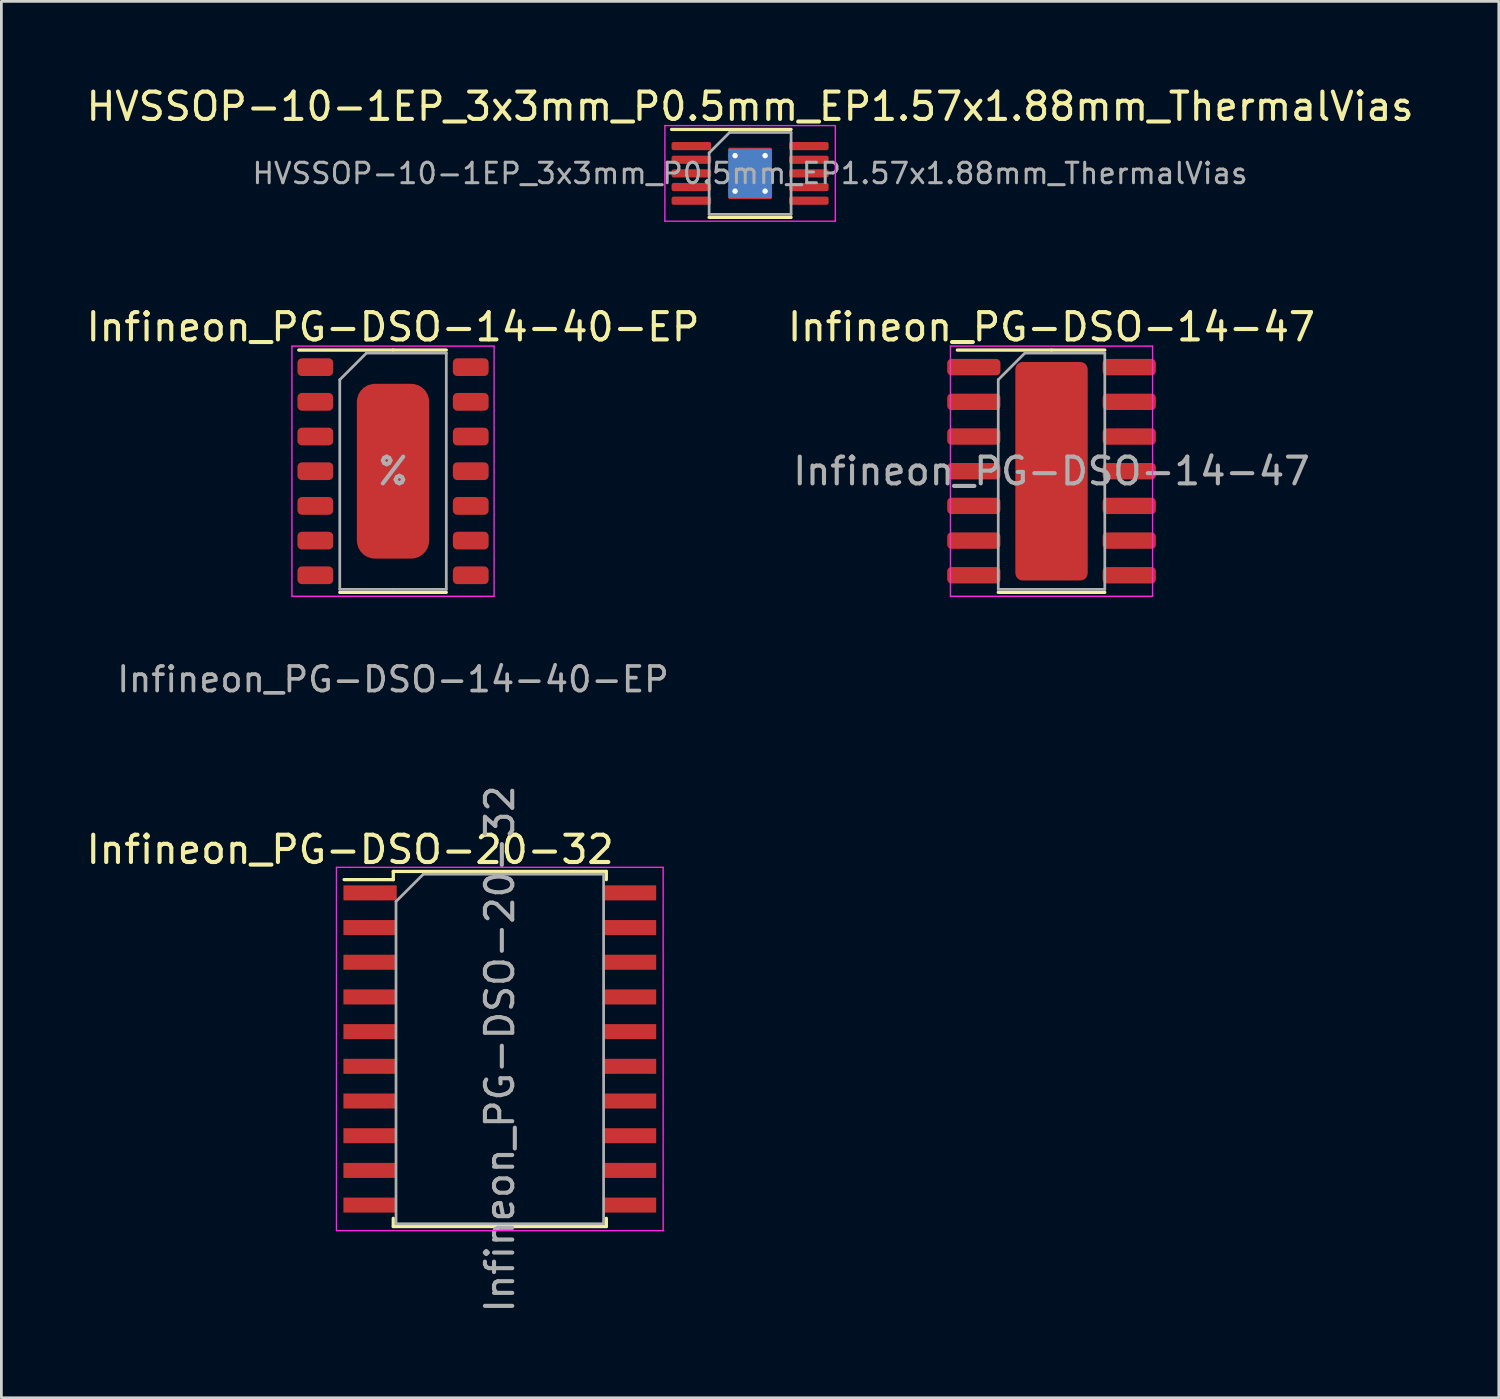
<source format=kicad_pcb>
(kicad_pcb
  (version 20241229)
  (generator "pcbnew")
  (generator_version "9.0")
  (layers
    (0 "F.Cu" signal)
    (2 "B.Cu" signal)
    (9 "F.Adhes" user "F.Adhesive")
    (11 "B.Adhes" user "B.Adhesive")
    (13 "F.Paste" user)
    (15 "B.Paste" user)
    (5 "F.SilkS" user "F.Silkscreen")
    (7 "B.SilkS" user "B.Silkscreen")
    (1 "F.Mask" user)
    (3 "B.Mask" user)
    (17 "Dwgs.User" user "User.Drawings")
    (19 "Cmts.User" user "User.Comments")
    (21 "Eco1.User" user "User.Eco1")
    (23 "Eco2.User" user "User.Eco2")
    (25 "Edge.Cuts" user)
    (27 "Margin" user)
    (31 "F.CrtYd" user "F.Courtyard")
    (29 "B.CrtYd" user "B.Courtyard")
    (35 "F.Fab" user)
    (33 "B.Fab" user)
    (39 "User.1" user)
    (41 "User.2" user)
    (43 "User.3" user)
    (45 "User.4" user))
  (footprint "HVSSOP-10-1EP_3x3mm_P0.5mm_EP1.57x1.88mm_ThermalVias"
    (layer "F.Cu")
    (at 24.411 3.298)
    (property "Reference" "HVSSOP-10-1EP_3x3mm_P0.5mm_EP1.57x1.88mm_ThermalVias" (at 0 -2.45 0) (layer "F.SilkS") (effects (font (size 1 1) (thickness 0.15))))
    (attr smd)
    (fp_line (start 0 -1.61) (end -2.875 -1.61) (stroke (width 0.12) (type solid)) (layer "F.SilkS"))
    (fp_line (start 0 -1.61) (end 1.5 -1.61) (stroke (width 0.12) (type solid)) (layer "F.SilkS"))
    (fp_line (start 0 1.61) (end -1.5 1.61) (stroke (width 0.12) (type solid)) (layer "F.SilkS"))
    (fp_line (start 0 1.61) (end 1.5 1.61) (stroke (width 0.12) (type solid)) (layer "F.SilkS"))
    (fp_line (start -3.12 -1.75) (end -3.12 1.75) (stroke (width 0.05) (type solid)) (layer "F.CrtYd"))
    (fp_line (start -3.12 1.75) (end 3.12 1.75) (stroke (width 0.05) (type solid)) (layer "F.CrtYd"))
    (fp_line (start 3.12 -1.75) (end -3.12 -1.75) (stroke (width 0.05) (type solid)) (layer "F.CrtYd"))
    (fp_line (start 3.12 1.75) (end 3.12 -1.75) (stroke (width 0.05) (type solid)) (layer "F.CrtYd"))
    (fp_line (start -1.5 -0.75) (end -0.75 -1.5) (stroke (width 0.1) (type solid)) (layer "F.Fab"))
    (fp_line (start -1.5 1.5) (end -1.5 -0.75) (stroke (width 0.1) (type solid)) (layer "F.Fab"))
    (fp_line (start -0.75 -1.5) (end 1.5 -1.5) (stroke (width 0.1) (type solid)) (layer "F.Fab"))
    (fp_line (start 1.5 -1.5) (end 1.5 1.5) (stroke (width 0.1) (type solid)) (layer "F.Fab"))
    (fp_line (start 1.5 1.5) (end -1.5 1.5) (stroke (width 0.1) (type solid)) (layer "F.Fab"))
    (fp_text user "${REFERENCE}" (at 0 0 0) (layer "F.Fab") (effects (font (size 0.75 0.75) (thickness 0.11))))
    (pad "" smd roundrect (at -0.39 -0.47) (size 0.66 0.79) (layers "F.Paste") (roundrect_rratio 0.25))
    (pad "" smd roundrect (at -0.39 0.47) (size 0.66 0.79) (layers "F.Paste") (roundrect_rratio 0.25))
    (pad "" smd roundrect (at 0.39 -0.47) (size 0.66 0.79) (layers "F.Paste") (roundrect_rratio 0.25))
    (pad "" smd roundrect (at 0.39 0.47) (size 0.66 0.79) (layers "F.Paste") (roundrect_rratio 0.25))
    (pad "1" smd roundrect (at -2.15 -1) (size 1.45 0.3) (layers "F.Cu" "F.Mask" "F.Paste") (roundrect_rratio 0.25))
    (pad "2" smd roundrect (at -2.15 -0.5) (size 1.45 0.3) (layers "F.Cu" "F.Mask" "F.Paste") (roundrect_rratio 0.25))
    (pad "3" smd roundrect (at -2.15 0) (size 1.45 0.3) (layers "F.Cu" "F.Mask" "F.Paste") (roundrect_rratio 0.25))
    (pad "4" smd roundrect (at -2.15 0.5) (size 1.45 0.3) (layers "F.Cu" "F.Mask" "F.Paste") (roundrect_rratio 0.25))
    (pad "5" smd roundrect (at -2.15 1) (size 1.45 0.3) (layers "F.Cu" "F.Mask" "F.Paste") (roundrect_rratio 0.25))
    (pad "6" smd roundrect (at 2.15 1) (size 1.45 0.3) (layers "F.Cu" "F.Mask" "F.Paste") (roundrect_rratio 0.25))
    (pad "7" smd roundrect (at 2.15 0.5) (size 1.45 0.3) (layers "F.Cu" "F.Mask" "F.Paste") (roundrect_rratio 0.25))
    (pad "8" smd roundrect (at 2.15 0) (size 1.45 0.3) (layers "F.Cu" "F.Mask" "F.Paste") (roundrect_rratio 0.25))
    (pad "9" smd roundrect (at 2.15 -0.5) (size 1.45 0.3) (layers "F.Cu" "F.Mask" "F.Paste") (roundrect_rratio 0.25))
    (pad "10" smd roundrect (at 2.15 -1) (size 1.45 0.3) (layers "F.Cu" "F.Mask" "F.Paste") (roundrect_rratio 0.25))
    (pad "11" thru_hole circle (at -0.55 -0.65) (size 0.5 0.5) (drill 0.2) (layers "*.Cu"))
    (pad "11" thru_hole circle (at -0.55 0.65) (size 0.5 0.5) (drill 0.2) (layers "*.Cu"))
    (pad "11" smd rect (at 0 0) (size 1.57 1.88) (layers "F.Cu" "F.Mask"))
    (pad "11" smd rect (at 0 0) (size 1.6 1.8) (layers "B.Cu"))
    (pad "11" thru_hole circle (at 0.55 -0.65) (size 0.5 0.5) (drill 0.2) (layers "*.Cu"))
    (pad "11" thru_hole circle (at 0.55 0.65) (size 0.5 0.5) (drill 0.2) (layers "*.Cu")))
  (footprint "Infineon_PG-DSO-14-40-EP"
    (layer "F.Cu")
    (at 11.339 14.201)
    (property "Reference" "Infineon_PG-DSO-14-40-EP" (at 0 -5.28 0) (layer "F.SilkS") (effects (font (size 1 1) (thickness 0.15))))
    (attr smd)
    (fp_line (start 0 -4.435) (end -3.45 -4.435) (stroke (width 0.12) (type solid)) (layer "F.SilkS"))
    (fp_line (start 0 -4.435) (end 1.95 -4.435) (stroke (width 0.12) (type solid)) (layer "F.SilkS"))
    (fp_line (start 0 4.435) (end -1.95 4.435) (stroke (width 0.12) (type solid)) (layer "F.SilkS"))
    (fp_line (start 0 4.435) (end 1.95 4.435) (stroke (width 0.12) (type solid)) (layer "F.SilkS"))
    (fp_line (start -3.7 -4.58) (end -3.7 4.58) (stroke (width 0.05) (type solid)) (layer "F.CrtYd"))
    (fp_line (start -3.7 4.58) (end 3.7 4.58) (stroke (width 0.05) (type solid)) (layer "F.CrtYd"))
    (fp_line (start 3.7 -4.58) (end -3.7 -4.58) (stroke (width 0.05) (type solid)) (layer "F.CrtYd"))
    (fp_line (start 3.7 4.58) (end 3.7 -4.58) (stroke (width 0.05) (type solid)) (layer "F.CrtYd"))
    (fp_line (start -1.95 -3.35) (end -0.975 -4.325) (stroke (width 0.1) (type solid)) (layer "F.Fab"))
    (fp_line (start -1.95 4.325) (end -1.95 -3.35) (stroke (width 0.1) (type solid)) (layer "F.Fab"))
    (fp_line (start -0.975 -4.325) (end 1.95 -4.325) (stroke (width 0.1) (type solid)) (layer "F.Fab"))
    (fp_line (start 1.95 -4.325) (end 1.95 4.325) (stroke (width 0.1) (type solid)) (layer "F.Fab"))
    (fp_line (start 1.95 4.325) (end -1.95 4.325) (stroke (width 0.1) (type solid)) (layer "F.Fab"))
    (fp_text user "${REFERENCE}" (at 0 7.62 0) (layer "F.Fab") (effects (font (size 0.9 0.9) (thickness 0.135))))
    (fp_text user "%" (at 0 0 0) (layer "F.Fab") (effects (font (size 0.98 0.98) (thickness 0.15))))
    (pad "1" smd roundrect (at -2.845 -3.81) (size 1.31 0.65) (layers "F.Cu" "F.Mask" "F.Paste") (roundrect_rratio 0.25))
    (pad "2" smd roundrect (at -2.845 -2.54) (size 1.31 0.65) (layers "F.Cu" "F.Mask" "F.Paste") (roundrect_rratio 0.25))
    (pad "3" smd roundrect (at -2.845 -1.27) (size 1.31 0.65) (layers "F.Cu" "F.Mask" "F.Paste") (roundrect_rratio 0.25))
    (pad "4" smd roundrect (at -2.845 0) (size 1.31 0.65) (layers "F.Cu" "F.Mask" "F.Paste") (roundrect_rratio 0.25))
    (pad "5" smd roundrect (at -2.845 1.27) (size 1.31 0.65) (layers "F.Cu" "F.Mask" "F.Paste") (roundrect_rratio 0.25))
    (pad "6" smd roundrect (at -2.845 2.54) (size 1.31 0.65) (layers "F.Cu" "F.Mask" "F.Paste") (roundrect_rratio 0.25))
    (pad "7" smd roundrect (at -2.845 3.81) (size 1.31 0.65) (layers "F.Cu" "F.Mask" "F.Paste") (roundrect_rratio 0.25))
    (pad "8" smd roundrect (at 2.845 3.81) (size 1.31 0.65) (layers "F.Cu" "F.Mask" "F.Paste") (roundrect_rratio 0.25))
    (pad "9" smd roundrect (at 2.845 2.54) (size 1.31 0.65) (layers "F.Cu" "F.Mask" "F.Paste") (roundrect_rratio 0.25))
    (pad "10" smd roundrect (at 2.845 1.27) (size 1.31 0.65) (layers "F.Cu" "F.Mask" "F.Paste") (roundrect_rratio 0.25))
    (pad "11" smd roundrect (at 2.845 0) (size 1.31 0.65) (layers "F.Cu" "F.Mask" "F.Paste") (roundrect_rratio 0.25))
    (pad "12" smd roundrect (at 2.845 -1.27) (size 1.31 0.65) (layers "F.Cu" "F.Mask" "F.Paste") (roundrect_rratio 0.25))
    (pad "13" smd roundrect (at 2.845 -2.54) (size 1.31 0.65) (layers "F.Cu" "F.Mask" "F.Paste") (roundrect_rratio 0.25))
    (pad "14" smd roundrect (at 2.845 -3.81) (size 1.31 0.65) (layers "F.Cu" "F.Mask" "F.Paste") (roundrect_rratio 0.25))
    (pad "15" smd roundrect (at 0 0) (size 2.65 6.4) (layers "F.Cu" "F.Mask" "F.Paste") (roundrect_rratio 0.25)))
  (footprint "Infineon_PG-DSO-20-32"
    (layer "F.Cu")
    (at 15.248 35.353)
    (property "Reference" "Infineon_PG-DSO-20-32" (at -5.48 -7.3 0) (layer "F.SilkS") (effects (font (size 1 1) (thickness 0.15))))
    (attr smd)
    (fp_line (start -5.7 -6.2) (end -3.9 -6.2) (stroke (width 0.12) (type solid)) (layer "F.SilkS"))
    (fp_line (start -3.9 -6.5) (end 3.9 -6.5) (stroke (width 0.12) (type solid)) (layer "F.SilkS"))
    (fp_line (start -3.9 -6.2) (end -3.9 -6.5) (stroke (width 0.12) (type solid)) (layer "F.SilkS"))
    (fp_line (start -3.9 6.2) (end -3.9 6.5) (stroke (width 0.12) (type solid)) (layer "F.SilkS"))
    (fp_line (start 3.9 -6.2) (end 3.9 -6.5) (stroke (width 0.12) (type solid)) (layer "F.SilkS"))
    (fp_line (start 3.9 6.2) (end 3.9 6.5) (stroke (width 0.12) (type solid)) (layer "F.SilkS"))
    (fp_line (start 3.9 6.5) (end -3.9 6.5) (stroke (width 0.12) (type solid)) (layer "F.SilkS"))
    (fp_line (start -5.98 -6.65) (end 5.98 -6.65) (stroke (width 0.05) (type solid)) (layer "F.CrtYd"))
    (fp_line (start -5.98 6.65) (end -5.98 -6.65) (stroke (width 0.05) (type solid)) (layer "F.CrtYd"))
    (fp_line (start -5.98 6.65) (end 5.98 6.65) (stroke (width 0.05) (type solid)) (layer "F.CrtYd"))
    (fp_line (start 5.98 6.65) (end 5.98 -6.65) (stroke (width 0.05) (type solid)) (layer "F.CrtYd"))
    (fp_line (start -3.8 -5.4) (end -2.8 -6.4) (stroke (width 0.1) (type solid)) (layer "F.Fab"))
    (fp_line (start -3.8 6.4) (end -3.8 -5.4) (stroke (width 0.1) (type solid)) (layer "F.Fab"))
    (fp_line (start -2.8 -6.4) (end 3.8 -6.4) (stroke (width 0.1) (type solid)) (layer "F.Fab"))
    (fp_line (start 3.8 -6.4) (end 3.8 6.4) (stroke (width 0.1) (type solid)) (layer "F.Fab"))
    (fp_line (start 3.8 6.4) (end -3.8 6.4) (stroke (width 0.1) (type solid)) (layer "F.Fab"))
    (fp_text user "${REFERENCE}" (at 0 0 90) (layer "F.Fab") (effects (font (size 1 1) (thickness 0.15))))
    (pad "1" smd rect (at -4.75 -5.715 90) (size 0.55 1.95) (layers "F.Cu" "F.Mask" "F.Paste"))
    (pad "2" smd rect (at -4.75 -4.445 90) (size 0.55 1.95) (layers "F.Cu" "F.Mask" "F.Paste"))
    (pad "3" smd rect (at -4.75 -3.175 90) (size 0.55 1.95) (layers "F.Cu" "F.Mask" "F.Paste"))
    (pad "4" smd rect (at -4.75 -1.905 90) (size 0.55 1.95) (layers "F.Cu" "F.Mask" "F.Paste"))
    (pad "5" smd rect (at -4.75 -0.635 90) (size 0.55 1.95) (layers "F.Cu" "F.Mask" "F.Paste"))
    (pad "6" smd rect (at -4.75 0.635 90) (size 0.55 1.95) (layers "F.Cu" "F.Mask" "F.Paste"))
    (pad "7" smd rect (at -4.75 1.905 90) (size 0.55 1.95) (layers "F.Cu" "F.Mask" "F.Paste"))
    (pad "8" smd rect (at -4.75 3.175 90) (size 0.55 1.95) (layers "F.Cu" "F.Mask" "F.Paste"))
    (pad "9" smd rect (at -4.75 4.445 90) (size 0.55 1.95) (layers "F.Cu" "F.Mask" "F.Paste"))
    (pad "10" smd rect (at -4.75 5.715 90) (size 0.55 1.95) (layers "F.Cu" "F.Mask" "F.Paste"))
    (pad "11" smd rect (at 4.75 5.715 90) (size 0.55 1.95) (layers "F.Cu" "F.Mask" "F.Paste"))
    (pad "12" smd rect (at 4.75 4.445 90) (size 0.55 1.95) (layers "F.Cu" "F.Mask" "F.Paste"))
    (pad "13" smd rect (at 4.75 3.175 90) (size 0.55 1.95) (layers "F.Cu" "F.Mask" "F.Paste"))
    (pad "14" smd rect (at 4.75 1.905 90) (size 0.55 1.95) (layers "F.Cu" "F.Mask" "F.Paste"))
    (pad "15" smd rect (at 4.75 0.635 90) (size 0.55 1.95) (layers "F.Cu" "F.Mask" "F.Paste"))
    (pad "16" smd rect (at 4.75 -0.635 90) (size 0.55 1.95) (layers "F.Cu" "F.Mask" "F.Paste"))
    (pad "17" smd rect (at 4.75 -1.905 90) (size 0.55 1.95) (layers "F.Cu" "F.Mask" "F.Paste"))
    (pad "18" smd rect (at 4.75 -3.175 90) (size 0.55 1.95) (layers "F.Cu" "F.Mask" "F.Paste"))
    (pad "19" smd rect (at 4.75 -4.445 90) (size 0.55 1.95) (layers "F.Cu" "F.Mask" "F.Paste"))
    (pad "20" smd rect (at 4.75 -5.715 90) (size 0.55 1.95) (layers "F.Cu" "F.Mask" "F.Paste")))
  (footprint "Infineon_PG-DSO-14-47"
    (layer "F.Cu")
    (at 35.446 14.201)
    (property "Reference" "Infineon_PG-DSO-14-47" (at 0 -5.28 0) (layer "F.SilkS") (effects (font (size 1 1) (thickness 0.15))))
    (attr smd)
    (fp_line (start 0 -4.435) (end -3.45 -4.435) (stroke (width 0.12) (type solid)) (layer "F.SilkS"))
    (fp_line (start 0 -4.435) (end 1.95 -4.435) (stroke (width 0.12) (type solid)) (layer "F.SilkS"))
    (fp_line (start 0 4.435) (end -1.95 4.435) (stroke (width 0.12) (type solid)) (layer "F.SilkS"))
    (fp_line (start 0 4.435) (end 1.95 4.435) (stroke (width 0.12) (type solid)) (layer "F.SilkS"))
    (fp_line (start -3.7 -4.58) (end -3.7 4.58) (stroke (width 0.05) (type solid)) (layer "F.CrtYd"))
    (fp_line (start -3.7 4.58) (end 3.7 4.58) (stroke (width 0.05) (type solid)) (layer "F.CrtYd"))
    (fp_line (start 3.7 -4.58) (end -3.7 -4.58) (stroke (width 0.05) (type solid)) (layer "F.CrtYd"))
    (fp_line (start 3.7 4.58) (end 3.7 -4.58) (stroke (width 0.05) (type solid)) (layer "F.CrtYd"))
    (fp_line (start -1.95 -3.35) (end -0.975 -4.325) (stroke (width 0.1) (type solid)) (layer "F.Fab"))
    (fp_line (start -1.95 4.325) (end -1.95 -3.35) (stroke (width 0.1) (type solid)) (layer "F.Fab"))
    (fp_line (start -0.975 -4.325) (end 1.95 -4.325) (stroke (width 0.1) (type solid)) (layer "F.Fab"))
    (fp_line (start 1.95 -4.325) (end 1.95 4.325) (stroke (width 0.1) (type solid)) (layer "F.Fab"))
    (fp_line (start 1.95 4.325) (end -1.95 4.325) (stroke (width 0.1) (type solid)) (layer "F.Fab"))
    (fp_text user "${REFERENCE}" (at 0 0 0) (layer "F.Fab") (effects (font (size 0.98 0.98) (thickness 0.15))))
    (pad "1" smd roundrect (at -2.845 -3.81) (size 1.95 0.6) (layers "F.Cu" "F.Mask" "F.Paste") (roundrect_rratio 0.25))
    (pad "2" smd roundrect (at -2.845 -2.54) (size 1.95 0.6) (layers "F.Cu" "F.Mask" "F.Paste") (roundrect_rratio 0.25))
    (pad "3" smd roundrect (at -2.845 -1.27) (size 1.95 0.6) (layers "F.Cu" "F.Mask" "F.Paste") (roundrect_rratio 0.25))
    (pad "4" smd roundrect (at -2.845 0) (size 1.95 0.6) (layers "F.Cu" "F.Mask" "F.Paste") (roundrect_rratio 0.25))
    (pad "5" smd roundrect (at -2.845 1.27) (size 1.95 0.6) (layers "F.Cu" "F.Mask" "F.Paste") (roundrect_rratio 0.25))
    (pad "6" smd roundrect (at -2.845 2.54) (size 1.95 0.6) (layers "F.Cu" "F.Mask" "F.Paste") (roundrect_rratio 0.25))
    (pad "7" smd roundrect (at -2.845 3.81) (size 1.95 0.6) (layers "F.Cu" "F.Mask" "F.Paste") (roundrect_rratio 0.25))
    (pad "11" smd roundrect (at 2.845 0) (size 1.95 0.6) (layers "F.Cu" "F.Mask" "F.Paste") (roundrect_rratio 0.25))
    (pad "15" smd roundrect (at 0 0) (size 2.65 8) (layers "F.Cu" "F.Mask" "F.Paste") (roundrect_rratio 0.1))
    (pad "E0" smd roundrect (at 2.845 -3.81) (size 1.95 0.6) (layers "F.Cu" "F.Mask" "F.Paste") (roundrect_rratio 0.25))
    (pad "E0" smd roundrect (at 2.845 -2.54) (size 1.95 0.6) (layers "F.Cu" "F.Mask" "F.Paste") (roundrect_rratio 0.25))
    (pad "E0" smd roundrect (at 2.845 -1.27) (size 1.95 0.6) (layers "F.Cu" "F.Mask" "F.Paste") (roundrect_rratio 0.25))
    (pad "E1" smd roundrect (at 2.845 1.27) (size 1.95 0.6) (layers "F.Cu" "F.Mask" "F.Paste") (roundrect_rratio 0.25))
    (pad "E1" smd roundrect (at 2.845 2.54) (size 1.95 0.6) (layers "F.Cu" "F.Mask" "F.Paste") (roundrect_rratio 0.25))
    (pad "E1" smd roundrect (at 2.845 3.81) (size 1.95 0.6) (layers "F.Cu" "F.Mask" "F.Paste") (roundrect_rratio 0.25)))
  (gr_rect
    (start -3 -3)
    (end 51.821 48.121)
    (stroke (width 0.1) (type default))
    (fill no)
    (layer "Edge.Cuts")))
</source>
